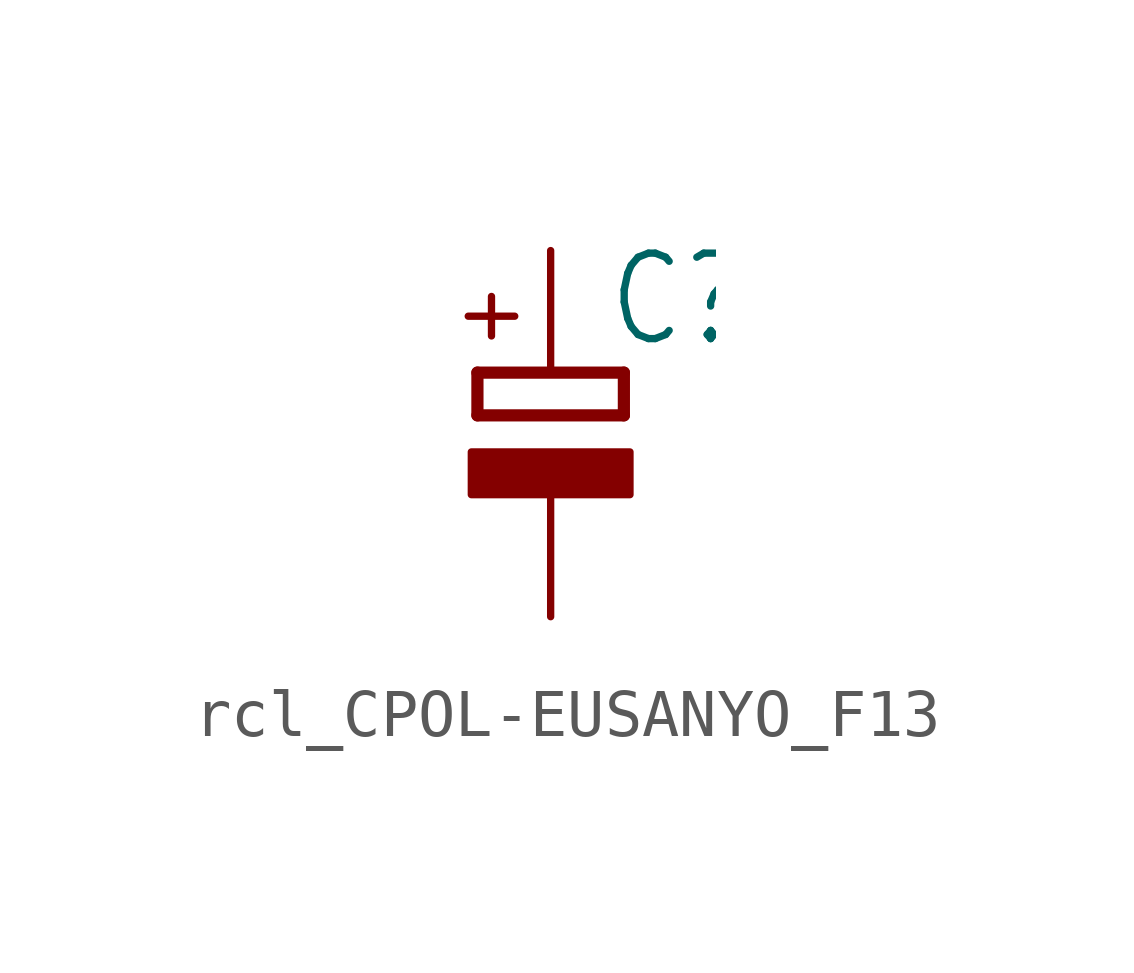
<source format=kicad_sym>
(kicad_symbol_lib
  (version 20241209)
  (generator "kicad_symbol_editor")
  (generator_version "9.0")
  (symbol "rcl_CPOL-EUSANYO_F13"
    (property "Reference" "C"
      (at 1.143 0.483 0)
      (effects (font (size 1.778 1.511)) (justify left bottom)))
    (property "Value" ""
      (at 1.143 -4.597 0)
      (effects (font (size 1.778 1.511)) (justify left bottom)))
    (property "ki_locked" ""
      (at 0 0 0)
      (effects (font (size 1.27 1.27))))
    (symbol "rcl_CPOL-EUSANYO_F13_1_0"
      (rectangle (start -1.651 -2.54) (end 1.651 -1.651) (stroke (width 0) (type default)) (fill (type outline)))
      (polyline (pts (xy -1.524 0) (xy -1.524 -0.889)) (stroke (width 0.254) (type solid)) (fill (type none)))
      (polyline (pts (xy -1.524 0) (xy 1.524 0)) (stroke (width 0.254) (type solid)) (fill (type none)))
      (polyline (pts (xy -1.524 -0.889) (xy 1.524 -0.889)) (stroke (width 0.254) (type solid)) (fill (type none)))
      (polyline (pts (xy 1.524 -0.889) (xy 1.524 0)) (stroke (width 0.254) (type solid)) (fill (type none)))
      (text "+" (at -0.584 0.406 900) (effects (font (size 1.27 1.079)) (justify left bottom)))
      (pin passive line (at 0 2.54 270) (length 2.54) (name "+" (effects (font (size 0 0)))) (number "+" (effects (font (size 0 0)))))
      (pin passive line (at 0 -5.08 90) (length 2.54) (name "-" (effects (font (size 0 0)))) (number "-" (effects (font (size 0 0))))))))
</source>
